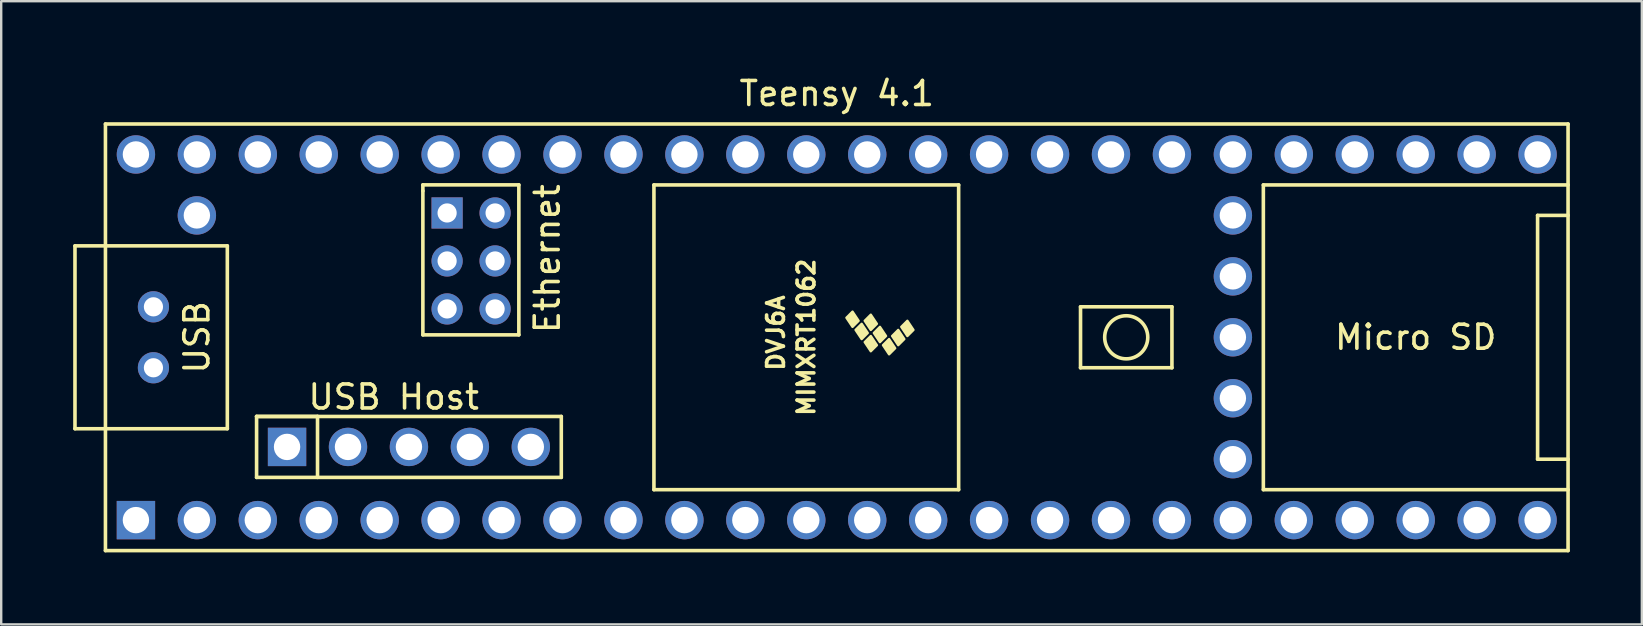
<source format=kicad_pcb>
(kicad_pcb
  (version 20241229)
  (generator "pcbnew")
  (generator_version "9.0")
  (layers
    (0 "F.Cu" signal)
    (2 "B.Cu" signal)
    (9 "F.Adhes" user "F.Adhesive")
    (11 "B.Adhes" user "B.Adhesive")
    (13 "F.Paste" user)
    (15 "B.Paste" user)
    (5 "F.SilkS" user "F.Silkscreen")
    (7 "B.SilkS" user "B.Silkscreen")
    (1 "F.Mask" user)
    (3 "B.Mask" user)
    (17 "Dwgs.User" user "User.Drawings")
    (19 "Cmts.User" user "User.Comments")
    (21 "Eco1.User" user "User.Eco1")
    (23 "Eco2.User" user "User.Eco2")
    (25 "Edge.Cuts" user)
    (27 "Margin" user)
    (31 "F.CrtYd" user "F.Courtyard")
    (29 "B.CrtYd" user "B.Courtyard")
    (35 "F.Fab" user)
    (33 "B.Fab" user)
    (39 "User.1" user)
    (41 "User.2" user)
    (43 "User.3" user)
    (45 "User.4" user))
  (footprint "Teensy 4.1"
    (layer "F.Cu")
    (at 31.825 11.008)
    (property "Reference" "Teensy 4.1" (at 0 -10.16 0) (layer "F.SilkS") (effects (font (size 1 1) (thickness 0.15))))
    (attr through_hole)
    (fp_line (start -31.75 -3.81) (end -30.48 -3.81) (stroke (width 0.15) (type solid)) (layer "F.SilkS"))
    (fp_line (start -31.75 3.81) (end -31.75 -3.81) (stroke (width 0.15) (type solid)) (layer "F.SilkS"))
    (fp_line (start -30.48 -8.89) (end 30.48 -8.89) (stroke (width 0.15) (type solid)) (layer "F.SilkS"))
    (fp_line (start -30.48 3.81) (end -31.75 3.81) (stroke (width 0.15) (type solid)) (layer "F.SilkS"))
    (fp_line (start -30.48 8.89) (end -30.48 -8.89) (stroke (width 0.15) (type solid)) (layer "F.SilkS"))
    (fp_line (start -25.4 -3.81) (end -30.48 -3.81) (stroke (width 0.15) (type solid)) (layer "F.SilkS"))
    (fp_line (start -25.4 3.81) (end -30.48 3.81) (stroke (width 0.15) (type solid)) (layer "F.SilkS"))
    (fp_line (start -25.4 3.81) (end -25.4 -3.81) (stroke (width 0.15) (type solid)) (layer "F.SilkS"))
    (fp_line (start -24.181 3.299) (end -21.641 3.299) (stroke (width 0.15) (type solid)) (layer "F.SilkS"))
    (fp_line (start -24.181 3.299) (end -11.481 3.299) (stroke (width 0.15) (type solid)) (layer "F.SilkS"))
    (fp_line (start -24.181 5.839) (end -24.181 3.299) (stroke (width 0.15) (type solid)) (layer "F.SilkS"))
    (fp_line (start -21.641 3.299) (end -21.641 5.839) (stroke (width 0.15) (type solid)) (layer "F.SilkS"))
    (fp_line (start -17.25 -6.352) (end -17.25 -6.102) (stroke (width 0.15) (type solid)) (layer "F.SilkS"))
    (fp_line (start -17.25 -6.102) (end -17.25 -0.102) (stroke (width 0.15) (type solid)) (layer "F.SilkS"))
    (fp_line (start -17.25 -0.102) (end -13.25 -0.102) (stroke (width 0.15) (type solid)) (layer "F.SilkS"))
    (fp_line (start -13.25 -6.352) (end -17.25 -6.352) (stroke (width 0.15) (type solid)) (layer "F.SilkS"))
    (fp_line (start -13.25 -0.102) (end -13.25 -6.352) (stroke (width 0.15) (type solid)) (layer "F.SilkS"))
    (fp_line (start -11.481 3.299) (end -11.481 5.839) (stroke (width 0.15) (type solid)) (layer "F.SilkS"))
    (fp_line (start -11.481 5.839) (end -24.181 5.839) (stroke (width 0.15) (type solid)) (layer "F.SilkS"))
    (fp_line (start -7.62 -6.35) (end -7.62 6.35) (stroke (width 0.15) (type solid)) (layer "F.SilkS"))
    (fp_line (start -7.62 6.35) (end 5.08 6.35) (stroke (width 0.15) (type solid)) (layer "F.SilkS"))
    (fp_line (start 5.08 -6.35) (end -7.62 -6.35) (stroke (width 0.15) (type solid)) (layer "F.SilkS"))
    (fp_line (start 5.08 6.35) (end 5.08 -6.35) (stroke (width 0.15) (type solid)) (layer "F.SilkS"))
    (fp_line (start 10.16 -1.27) (end 13.97 -1.27) (stroke (width 0.15) (type solid)) (layer "F.SilkS"))
    (fp_line (start 10.16 1.27) (end 10.16 -1.27) (stroke (width 0.15) (type solid)) (layer "F.SilkS"))
    (fp_line (start 13.97 -1.27) (end 13.97 1.27) (stroke (width 0.15) (type solid)) (layer "F.SilkS"))
    (fp_line (start 13.97 1.27) (end 10.16 1.27) (stroke (width 0.15) (type solid)) (layer "F.SilkS"))
    (fp_line (start 17.78 -6.35) (end 17.78 6.35) (stroke (width 0.15) (type solid)) (layer "F.SilkS"))
    (fp_line (start 17.78 6.35) (end 30.48 6.35) (stroke (width 0.15) (type solid)) (layer "F.SilkS"))
    (fp_line (start 29.21 -5.08) (end 29.21 5.08) (stroke (width 0.15) (type solid)) (layer "F.SilkS"))
    (fp_line (start 29.21 5.08) (end 30.48 5.08) (stroke (width 0.15) (type solid)) (layer "F.SilkS"))
    (fp_line (start 30.48 -8.89) (end 30.48 8.89) (stroke (width 0.15) (type solid)) (layer "F.SilkS"))
    (fp_line (start 30.48 -6.35) (end 17.78 -6.35) (stroke (width 0.15) (type solid)) (layer "F.SilkS"))
    (fp_line (start 30.48 -5.08) (end 29.21 -5.08) (stroke (width 0.15) (type solid)) (layer "F.SilkS"))
    (fp_line (start 30.48 8.89) (end -30.48 8.89) (stroke (width 0.15) (type solid)) (layer "F.SilkS"))
    (fp_circle (center 12.065 0) (end 12.7 -0.635) (stroke (width 0.15) (type solid)) (fill no) (layer "F.SilkS"))
    (fp_poly (pts (xy 0.911 -0.688) (xy 0.657 -0.434) (xy 0.403 -0.815) (xy 0.657 -1.069)) (stroke (width 0.1) (type solid)) (fill yes) (layer "F.SilkS"))
    (fp_poly (pts (xy 1.292 -0.18) (xy 1.038 0.074) (xy 0.784 -0.307) (xy 1.038 -0.561)) (stroke (width 0.1) (type solid)) (fill yes) (layer "F.SilkS"))
    (fp_poly (pts (xy 1.673 -0.561) (xy 1.419 -0.307) (xy 1.165 -0.688) (xy 1.419 -0.942)) (stroke (width 0.1) (type solid)) (fill yes) (layer "F.SilkS"))
    (fp_poly (pts (xy 1.673 0.328) (xy 1.419 0.582) (xy 1.165 0.201) (xy 1.419 -0.053)) (stroke (width 0.1) (type solid)) (fill yes) (layer "F.SilkS"))
    (fp_poly (pts (xy 2.054 -0.053) (xy 1.8 0.201) (xy 1.546 -0.18) (xy 1.8 -0.434)) (stroke (width 0.1) (type solid)) (fill yes) (layer "F.SilkS"))
    (fp_poly (pts (xy 2.435 0.455) (xy 2.181 0.709) (xy 1.927 0.328) (xy 2.181 0.074)) (stroke (width 0.1) (type solid)) (fill yes) (layer "F.SilkS"))
    (fp_poly (pts (xy 2.816 0.074) (xy 2.562 0.328) (xy 2.308 -0.053) (xy 2.562 -0.307)) (stroke (width 0.1) (type solid)) (fill yes) (layer "F.SilkS"))
    (fp_poly (pts (xy 3.197 -0.307) (xy 2.943 -0.053) (xy 2.689 -0.434) (xy 2.943 -0.688)) (stroke (width 0.1) (type solid)) (fill yes) (layer "F.SilkS"))
    (fp_text user "DVJ6A" (at -2.54 -0.18 270) (layer "F.SilkS") (effects (font (size 0.7 0.7) (thickness 0.15))))
    (fp_text user "Micro SD" (at 24.13 0 0) (layer "F.SilkS") (effects (font (size 1 1) (thickness 0.15))))
    (fp_text user "Ethernet" (at -12.065 -3.277 90) (layer "F.SilkS") (effects (font (size 1 1) (thickness 0.15))))
    (fp_text user "MIMXRT1062" (at -1.27 0 270) (layer "F.SilkS") (effects (font (size 0.7 0.7) (thickness 0.15))))
    (fp_text user "USB" (at -26.67 0 270) (layer "F.SilkS") (effects (font (size 1 1) (thickness 0.15))))
    (fp_text user "USB Host" (at -18.466 2.489 0) (layer "F.SilkS") (effects (font (size 1 1) (thickness 0.15))))
    (pad "1" thru_hole rect (at -29.21 7.62) (size 1.6 1.6) (drill 1.1) (layers "*.Cu" "*.Mask"))
    (pad "2" thru_hole circle (at -26.67 7.62) (size 1.6 1.6) (drill 1.1) (layers "*.Cu" "*.Mask"))
    (pad "3" thru_hole circle (at -24.13 7.62) (size 1.6 1.6) (drill 1.1) (layers "*.Cu" "*.Mask"))
    (pad "4" thru_hole circle (at -21.59 7.62) (size 1.6 1.6) (drill 1.1) (layers "*.Cu" "*.Mask"))
    (pad "5" thru_hole circle (at -19.05 7.62) (size 1.6 1.6) (drill 1.1) (layers "*.Cu" "*.Mask"))
    (pad "6" thru_hole circle (at -16.51 7.62) (size 1.6 1.6) (drill 1.1) (layers "*.Cu" "*.Mask"))
    (pad "7" thru_hole circle (at -13.97 7.62) (size 1.6 1.6) (drill 1.1) (layers "*.Cu" "*.Mask"))
    (pad "8" thru_hole circle (at -11.43 7.62) (size 1.6 1.6) (drill 1.1) (layers "*.Cu" "*.Mask"))
    (pad "9" thru_hole circle (at -8.89 7.62) (size 1.6 1.6) (drill 1.1) (layers "*.Cu" "*.Mask"))
    (pad "10" thru_hole circle (at -6.35 7.62) (size 1.6 1.6) (drill 1.1) (layers "*.Cu" "*.Mask"))
    (pad "11" thru_hole circle (at -3.81 7.62) (size 1.6 1.6) (drill 1.1) (layers "*.Cu" "*.Mask"))
    (pad "12" thru_hole circle (at -1.27 7.62) (size 1.6 1.6) (drill 1.1) (layers "*.Cu" "*.Mask"))
    (pad "13" thru_hole circle (at 1.27 7.62) (size 1.6 1.6) (drill 1.1) (layers "*.Cu" "*.Mask"))
    (pad "14" thru_hole circle (at 3.81 7.62) (size 1.6 1.6) (drill 1.1) (layers "*.Cu" "*.Mask"))
    (pad "15" thru_hole circle (at 6.35 7.62) (size 1.6 1.6) (drill 1.1) (layers "*.Cu" "*.Mask"))
    (pad "16" thru_hole circle (at 8.89 7.62) (size 1.6 1.6) (drill 1.1) (layers "*.Cu" "*.Mask"))
    (pad "17" thru_hole circle (at 11.43 7.62) (size 1.6 1.6) (drill 1.1) (layers "*.Cu" "*.Mask"))
    (pad "18" thru_hole circle (at 13.97 7.62) (size 1.6 1.6) (drill 1.1) (layers "*.Cu" "*.Mask"))
    (pad "19" thru_hole circle (at 16.51 7.62) (size 1.6 1.6) (drill 1.1) (layers "*.Cu" "*.Mask"))
    (pad "20" thru_hole circle (at 19.05 7.62) (size 1.6 1.6) (drill 1.1) (layers "*.Cu" "*.Mask"))
    (pad "21" thru_hole circle (at 21.59 7.62) (size 1.6 1.6) (drill 1.1) (layers "*.Cu" "*.Mask"))
    (pad "22" thru_hole circle (at 24.13 7.62) (size 1.6 1.6) (drill 1.1) (layers "*.Cu" "*.Mask"))
    (pad "23" thru_hole circle (at 26.67 7.62) (size 1.6 1.6) (drill 1.1) (layers "*.Cu" "*.Mask"))
    (pad "24" thru_hole circle (at 29.21 7.62) (size 1.6 1.6) (drill 1.1) (layers "*.Cu" "*.Mask"))
    (pad "25" thru_hole circle (at 29.21 -7.62) (size 1.6 1.6) (drill 1.1) (layers "*.Cu" "*.Mask"))
    (pad "26" thru_hole circle (at 26.67 -7.62) (size 1.6 1.6) (drill 1.1) (layers "*.Cu" "*.Mask"))
    (pad "27" thru_hole circle (at 24.13 -7.62) (size 1.6 1.6) (drill 1.1) (layers "*.Cu" "*.Mask"))
    (pad "28" thru_hole circle (at 21.59 -7.62) (size 1.6 1.6) (drill 1.1) (layers "*.Cu" "*.Mask"))
    (pad "29" thru_hole circle (at 19.05 -7.62) (size 1.6 1.6) (drill 1.1) (layers "*.Cu" "*.Mask"))
    (pad "30" thru_hole circle (at 16.51 -7.62) (size 1.6 1.6) (drill 1.1) (layers "*.Cu" "*.Mask"))
    (pad "31" thru_hole circle (at 13.97 -7.62) (size 1.6 1.6) (drill 1.1) (layers "*.Cu" "*.Mask"))
    (pad "32" thru_hole circle (at 11.43 -7.62) (size 1.6 1.6) (drill 1.1) (layers "*.Cu" "*.Mask"))
    (pad "33" thru_hole circle (at 8.89 -7.62) (size 1.6 1.6) (drill 1.1) (layers "*.Cu" "*.Mask"))
    (pad "34" thru_hole circle (at 6.35 -7.62) (size 1.6 1.6) (drill 1.1) (layers "*.Cu" "*.Mask"))
    (pad "35" thru_hole circle (at 3.81 -7.62) (size 1.6 1.6) (drill 1.1) (layers "*.Cu" "*.Mask"))
    (pad "36" thru_hole circle (at 1.27 -7.62) (size 1.6 1.6) (drill 1.1) (layers "*.Cu" "*.Mask"))
    (pad "37" thru_hole circle (at -1.27 -7.62) (size 1.6 1.6) (drill 1.1) (layers "*.Cu" "*.Mask"))
    (pad "38" thru_hole circle (at -3.81 -7.62) (size 1.6 1.6) (drill 1.1) (layers "*.Cu" "*.Mask"))
    (pad "39" thru_hole circle (at -6.35 -7.62) (size 1.6 1.6) (drill 1.1) (layers "*.Cu" "*.Mask"))
    (pad "40" thru_hole circle (at -8.89 -7.62) (size 1.6 1.6) (drill 1.1) (layers "*.Cu" "*.Mask"))
    (pad "41" thru_hole circle (at -11.43 -7.62) (size 1.6 1.6) (drill 1.1) (layers "*.Cu" "*.Mask"))
    (pad "42" thru_hole circle (at -13.97 -7.62) (size 1.6 1.6) (drill 1.1) (layers "*.Cu" "*.Mask"))
    (pad "43" thru_hole circle (at -16.51 -7.62) (size 1.6 1.6) (drill 1.1) (layers "*.Cu" "*.Mask"))
    (pad "44" thru_hole circle (at -19.05 -7.62) (size 1.6 1.6) (drill 1.1) (layers "*.Cu" "*.Mask"))
    (pad "45" thru_hole circle (at -21.59 -7.62) (size 1.6 1.6) (drill 1.1) (layers "*.Cu" "*.Mask"))
    (pad "46" thru_hole circle (at -24.13 -7.62) (size 1.6 1.6) (drill 1.1) (layers "*.Cu" "*.Mask"))
    (pad "47" thru_hole circle (at -26.67 -7.62) (size 1.6 1.6) (drill 1.1) (layers "*.Cu" "*.Mask"))
    (pad "48" thru_hole circle (at -29.21 -7.62) (size 1.6 1.6) (drill 1.1) (layers "*.Cu" "*.Mask"))
    (pad "49" thru_hole circle (at -26.67 -5.08) (size 1.6 1.6) (drill 1.1) (layers "*.Cu" "*.Mask"))
    (pad "50" thru_hole circle (at 16.51 5.08) (size 1.6 1.6) (drill 1.1) (layers "*.Cu" "*.Mask"))
    (pad "51" thru_hole circle (at 16.51 2.54) (size 1.6 1.6) (drill 1.1) (layers "*.Cu" "*.Mask"))
    (pad "52" thru_hole circle (at 16.51 0) (size 1.6 1.6) (drill 1.1) (layers "*.Cu" "*.Mask"))
    (pad "53" thru_hole circle (at 16.51 -2.54) (size 1.6 1.6) (drill 1.1) (layers "*.Cu" "*.Mask"))
    (pad "54" thru_hole circle (at 16.51 -5.08) (size 1.6 1.6) (drill 1.1) (layers "*.Cu" "*.Mask"))
    (pad "55" thru_hole rect (at -22.911 4.569) (size 1.6 1.6) (drill 1.1) (layers "*.Cu" "*.Mask"))
    (pad "56" thru_hole circle (at -20.371 4.569) (size 1.6 1.6) (drill 1.1) (layers "*.Cu" "*.Mask"))
    (pad "57" thru_hole circle (at -17.831 4.569) (size 1.6 1.6) (drill 1.1) (layers "*.Cu" "*.Mask"))
    (pad "58" thru_hole circle (at -15.291 4.569) (size 1.6 1.6) (drill 1.1) (layers "*.Cu" "*.Mask"))
    (pad "59" thru_hole circle (at -12.751 4.569) (size 1.6 1.6) (drill 1.1) (layers "*.Cu" "*.Mask"))
    (pad "60" thru_hole rect (at -16.24 -5.182) (size 1.3 1.3) (drill 0.8) (layers "*.Cu" "*.Mask"))
    (pad "61" thru_hole circle (at -16.24 -3.182) (size 1.3 1.3) (drill 0.8) (layers "*.Cu" "*.Mask"))
    (pad "62" thru_hole circle (at -16.24 -1.182) (size 1.3 1.3) (drill 0.8) (layers "*.Cu" "*.Mask"))
    (pad "63" thru_hole circle (at -14.24 -1.182) (size 1.3 1.3) (drill 0.8) (layers "*.Cu" "*.Mask"))
    (pad "64" thru_hole circle (at -14.24 -3.182) (size 1.3 1.3) (drill 0.8) (layers "*.Cu" "*.Mask"))
    (pad "65" thru_hole circle (at -14.24 -5.182) (size 1.3 1.3) (drill 0.8) (layers "*.Cu" "*.Mask"))
    (pad "66" thru_hole circle (at -28.48 -1.27) (size 1.3 1.3) (drill 0.8) (layers "*.Cu" "*.Mask"))
    (pad "67" thru_hole circle (at -28.48 1.27) (size 1.3 1.3) (drill 0.8) (layers "*.Cu" "*.Mask")))
  (gr_rect
    (start -3 -3)
    (end 65.38 22.973)
    (stroke (width 0.1) (type default))
    (fill no)
    (layer "Edge.Cuts")))
</source>
